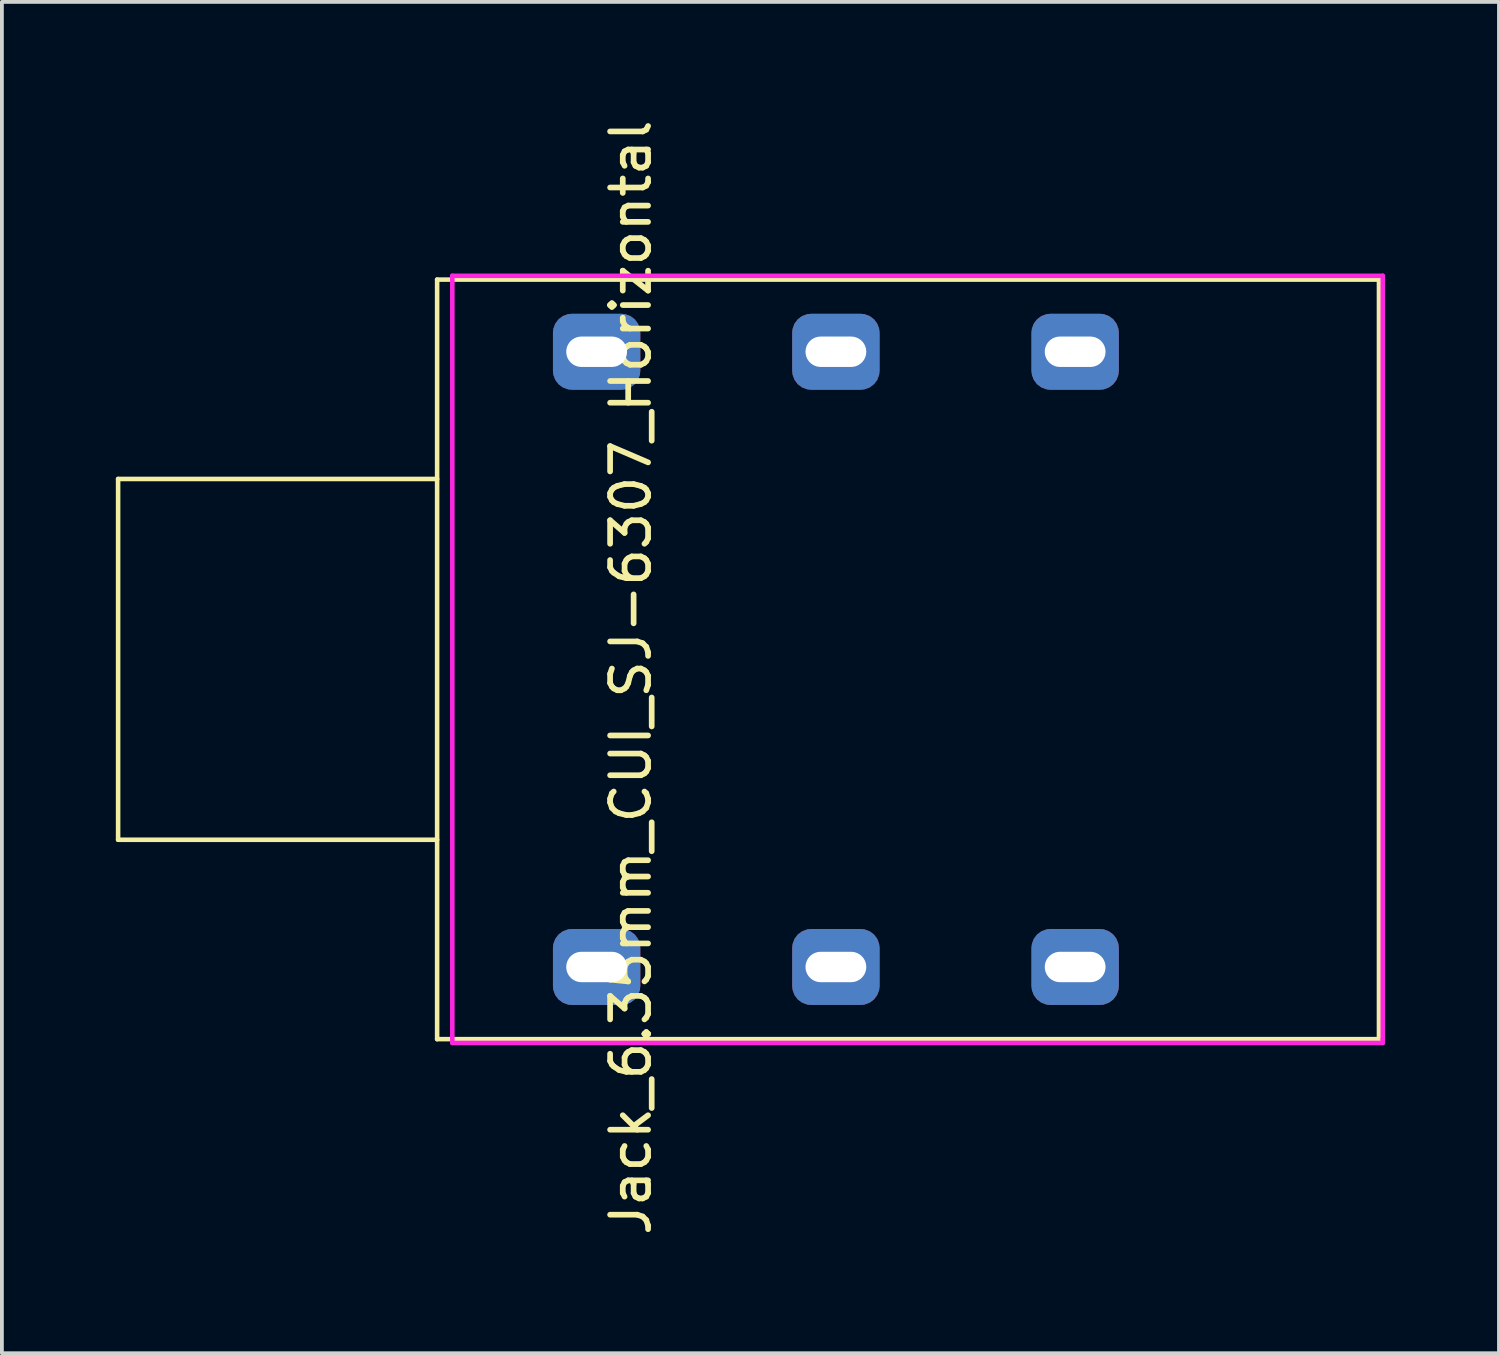
<source format=kicad_pcb>
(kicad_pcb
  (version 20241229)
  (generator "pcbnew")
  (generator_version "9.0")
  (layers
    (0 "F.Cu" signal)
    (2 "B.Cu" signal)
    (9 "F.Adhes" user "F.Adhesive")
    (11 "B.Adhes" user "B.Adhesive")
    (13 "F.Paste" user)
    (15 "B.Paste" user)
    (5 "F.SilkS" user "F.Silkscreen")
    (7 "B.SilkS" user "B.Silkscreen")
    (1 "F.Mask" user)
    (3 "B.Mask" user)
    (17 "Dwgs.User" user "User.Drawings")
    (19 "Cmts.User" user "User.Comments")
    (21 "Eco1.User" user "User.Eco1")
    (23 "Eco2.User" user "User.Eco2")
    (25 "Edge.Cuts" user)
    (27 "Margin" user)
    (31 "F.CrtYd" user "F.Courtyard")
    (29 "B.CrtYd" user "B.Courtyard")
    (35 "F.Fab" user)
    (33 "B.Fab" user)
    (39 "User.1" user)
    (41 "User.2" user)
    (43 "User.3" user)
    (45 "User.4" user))
  (footprint "Jack_6.35mm_CUI_SJ-6307_Horizontal"
    (layer "F.Cu")
    (at 12.66 22.412)
    (property "Reference" "Jack_6.35mm_CUI_SJ-6307_Horizontal" (at 0.9 -7.62 90) (layer "F.SilkS") (effects (font (size 1 1) (thickness 0.15))))
    (attr through_hole)
    (fp_line (start -12.6 -12.85) (end -12.6 -3.35) (stroke (width 0.12) (type solid)) (layer "F.SilkS"))
    (fp_line (start -12.6 -12.85) (end -4.2 -12.85) (stroke (width 0.12) (type solid)) (layer "F.SilkS"))
    (fp_line (start -12.6 -3.35) (end -4.2 -3.35) (stroke (width 0.12) (type solid)) (layer "F.SilkS"))
    (fp_line (start -4.2 -18.1) (end -4.2 1.9) (stroke (width 0.12) (type solid)) (layer "F.SilkS"))
    (fp_line (start -4.2 -18.1) (end 20.6 -18.1) (stroke (width 0.12) (type solid)) (layer "F.SilkS"))
    (fp_line (start -4.2 1.9) (end 20.6 1.9) (stroke (width 0.12) (type solid)) (layer "F.SilkS"))
    (fp_line (start 20.6 -18.1) (end 20.6 1.9) (stroke (width 0.12) (type solid)) (layer "F.SilkS"))
    (fp_line (start -3.8 -18.2) (end 20.7 -18.2) (stroke (width 0.12) (type solid)) (layer "F.CrtYd"))
    (fp_line (start -3.8 2) (end -3.8 -18.2) (stroke (width 0.12) (type solid)) (layer "F.CrtYd"))
    (fp_line (start 20.7 -18.2) (end 20.7 1.9) (stroke (width 0.12) (type solid)) (layer "F.CrtYd"))
    (fp_line (start 20.7 1.9) (end 20.7 2) (stroke (width 0.12) (type solid)) (layer "F.CrtYd"))
    (fp_line (start 20.7 2) (end -3.8 2) (stroke (width 0.12) (type solid)) (layer "F.CrtYd"))
    (pad "1" thru_hole roundrect (at 0 0) (size 2.3 2) (drill oval 1.6 0.8) (layers "*.Cu" "*.Mask") (roundrect_rratio 0.25))
    (pad "2" thru_hole roundrect (at 12.6 0) (size 2.3 2) (drill oval 1.6 0.8) (layers "*.Cu" "*.Mask") (roundrect_rratio 0.25))
    (pad "3" thru_hole roundrect (at 6.3 0) (size 2.3 2) (drill oval 1.6 0.8) (layers "*.Cu" "*.Mask") (roundrect_rratio 0.25))
    (pad "4" thru_hole roundrect (at 0 -16.2) (size 2.3 2) (drill oval 1.6 0.8) (layers "*.Cu" "*.Mask") (roundrect_rratio 0.25))
    (pad "5" thru_hole roundrect (at 12.6 -16.2) (size 2.3 2) (drill oval 1.6 0.8) (layers "*.Cu" "*.Mask") (roundrect_rratio 0.25))
    (pad "6" thru_hole roundrect (at 6.3 -16.2) (size 2.3 2) (drill oval 1.6 0.8) (layers "*.Cu" "*.Mask") (roundrect_rratio 0.25)))
  (gr_rect
    (start -3 -3)
    (end 36.42 32.583)
    (stroke (width 0.1) (type default))
    (fill no)
    (layer "Edge.Cuts")))
</source>
